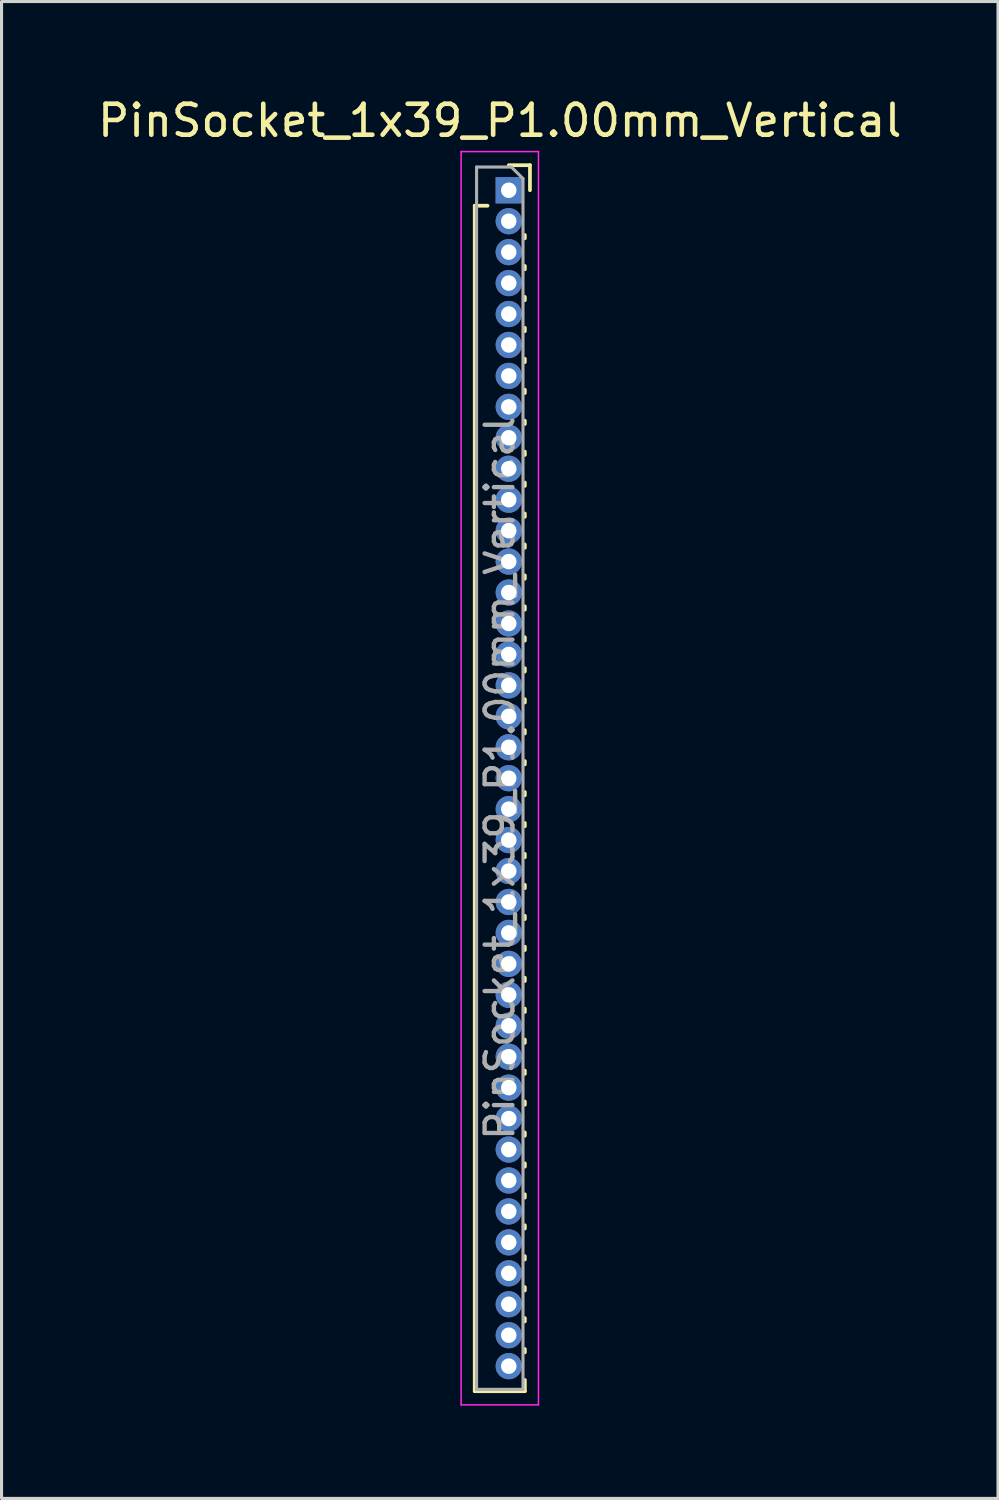
<source format=kicad_pcb>
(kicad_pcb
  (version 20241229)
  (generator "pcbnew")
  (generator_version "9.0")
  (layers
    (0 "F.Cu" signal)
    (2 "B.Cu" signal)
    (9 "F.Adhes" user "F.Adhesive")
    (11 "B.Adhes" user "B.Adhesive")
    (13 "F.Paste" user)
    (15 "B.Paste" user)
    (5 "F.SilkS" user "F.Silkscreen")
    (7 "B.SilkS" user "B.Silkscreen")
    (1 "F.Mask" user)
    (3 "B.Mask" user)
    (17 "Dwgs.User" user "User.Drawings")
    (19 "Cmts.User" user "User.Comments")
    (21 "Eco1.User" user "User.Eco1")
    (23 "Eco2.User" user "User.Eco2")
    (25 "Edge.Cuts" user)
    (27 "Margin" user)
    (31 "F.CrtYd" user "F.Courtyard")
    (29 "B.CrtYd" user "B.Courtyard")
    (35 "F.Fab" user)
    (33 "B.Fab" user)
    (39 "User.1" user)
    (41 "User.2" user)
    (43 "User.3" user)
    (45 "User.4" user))
  (footprint "PinSocket_1x39_P1.00mm_Vertical"
    (layer "F.Cu")
    (at 13.391 3.098)
    (property "Reference" "PinSocket_1x39_P1.00mm_Vertical" (at -0.29 -2.25 0) (layer "F.SilkS") (effects (font (size 1 1) (thickness 0.15))))
    (attr through_hole)
    (fp_line (start -1.1 0.5) (end -1.1 38.81) (stroke (width 0.12) (type solid)) (layer "F.SilkS"))
    (fp_line (start -1.1 0.5) (end -0.685 0.5) (stroke (width 0.12) (type solid)) (layer "F.SilkS"))
    (fp_line (start -1.1 38.81) (end 0.52 38.81) (stroke (width 0.12) (type solid)) (layer "F.SilkS"))
    (fp_line (start 0 -0.81) (end 0.685 -0.81) (stroke (width 0.12) (type solid)) (layer "F.SilkS"))
    (fp_line (start 0.52 1.446) (end 0.52 1.554) (stroke (width 0.12) (type solid)) (layer "F.SilkS"))
    (fp_line (start 0.52 2.446) (end 0.52 2.554) (stroke (width 0.12) (type solid)) (layer "F.SilkS"))
    (fp_line (start 0.52 3.446) (end 0.52 3.554) (stroke (width 0.12) (type solid)) (layer "F.SilkS"))
    (fp_line (start 0.52 4.446) (end 0.52 4.554) (stroke (width 0.12) (type solid)) (layer "F.SilkS"))
    (fp_line (start 0.52 5.446) (end 0.52 5.554) (stroke (width 0.12) (type solid)) (layer "F.SilkS"))
    (fp_line (start 0.52 6.446) (end 0.52 6.554) (stroke (width 0.12) (type solid)) (layer "F.SilkS"))
    (fp_line (start 0.52 7.446) (end 0.52 7.554) (stroke (width 0.12) (type solid)) (layer "F.SilkS"))
    (fp_line (start 0.52 8.446) (end 0.52 8.554) (stroke (width 0.12) (type solid)) (layer "F.SilkS"))
    (fp_line (start 0.52 9.446) (end 0.52 9.554) (stroke (width 0.12) (type solid)) (layer "F.SilkS"))
    (fp_line (start 0.52 10.446) (end 0.52 10.554) (stroke (width 0.12) (type solid)) (layer "F.SilkS"))
    (fp_line (start 0.52 11.446) (end 0.52 11.554) (stroke (width 0.12) (type solid)) (layer "F.SilkS"))
    (fp_line (start 0.52 12.446) (end 0.52 12.554) (stroke (width 0.12) (type solid)) (layer "F.SilkS"))
    (fp_line (start 0.52 13.446) (end 0.52 13.554) (stroke (width 0.12) (type solid)) (layer "F.SilkS"))
    (fp_line (start 0.52 14.446) (end 0.52 14.554) (stroke (width 0.12) (type solid)) (layer "F.SilkS"))
    (fp_line (start 0.52 15.446) (end 0.52 15.554) (stroke (width 0.12) (type solid)) (layer "F.SilkS"))
    (fp_line (start 0.52 16.446) (end 0.52 16.554) (stroke (width 0.12) (type solid)) (layer "F.SilkS"))
    (fp_line (start 0.52 17.446) (end 0.52 17.554) (stroke (width 0.12) (type solid)) (layer "F.SilkS"))
    (fp_line (start 0.52 18.446) (end 0.52 18.554) (stroke (width 0.12) (type solid)) (layer "F.SilkS"))
    (fp_line (start 0.52 19.446) (end 0.52 19.554) (stroke (width 0.12) (type solid)) (layer "F.SilkS"))
    (fp_line (start 0.52 20.446) (end 0.52 20.554) (stroke (width 0.12) (type solid)) (layer "F.SilkS"))
    (fp_line (start 0.52 21.446) (end 0.52 21.554) (stroke (width 0.12) (type solid)) (layer "F.SilkS"))
    (fp_line (start 0.52 22.446) (end 0.52 22.554) (stroke (width 0.12) (type solid)) (layer "F.SilkS"))
    (fp_line (start 0.52 23.446) (end 0.52 23.554) (stroke (width 0.12) (type solid)) (layer "F.SilkS"))
    (fp_line (start 0.52 24.446) (end 0.52 24.554) (stroke (width 0.12) (type solid)) (layer "F.SilkS"))
    (fp_line (start 0.52 25.446) (end 0.52 25.554) (stroke (width 0.12) (type solid)) (layer "F.SilkS"))
    (fp_line (start 0.52 26.446) (end 0.52 26.554) (stroke (width 0.12) (type solid)) (layer "F.SilkS"))
    (fp_line (start 0.52 27.446) (end 0.52 27.554) (stroke (width 0.12) (type solid)) (layer "F.SilkS"))
    (fp_line (start 0.52 28.446) (end 0.52 28.554) (stroke (width 0.12) (type solid)) (layer "F.SilkS"))
    (fp_line (start 0.52 29.446) (end 0.52 29.554) (stroke (width 0.12) (type solid)) (layer "F.SilkS"))
    (fp_line (start 0.52 30.446) (end 0.52 30.554) (stroke (width 0.12) (type solid)) (layer "F.SilkS"))
    (fp_line (start 0.52 31.446) (end 0.52 31.554) (stroke (width 0.12) (type solid)) (layer "F.SilkS"))
    (fp_line (start 0.52 32.446) (end 0.52 32.554) (stroke (width 0.12) (type solid)) (layer "F.SilkS"))
    (fp_line (start 0.52 33.446) (end 0.52 33.554) (stroke (width 0.12) (type solid)) (layer "F.SilkS"))
    (fp_line (start 0.52 34.446) (end 0.52 34.554) (stroke (width 0.12) (type solid)) (layer "F.SilkS"))
    (fp_line (start 0.52 35.446) (end 0.52 35.554) (stroke (width 0.12) (type solid)) (layer "F.SilkS"))
    (fp_line (start 0.52 36.446) (end 0.52 36.554) (stroke (width 0.12) (type solid)) (layer "F.SilkS"))
    (fp_line (start 0.52 37.446) (end 0.52 37.554) (stroke (width 0.12) (type solid)) (layer "F.SilkS"))
    (fp_line (start 0.52 38.446) (end 0.52 38.81) (stroke (width 0.12) (type solid)) (layer "F.SilkS"))
    (fp_line (start 0.685 -0.81) (end 0.685 0) (stroke (width 0.12) (type solid)) (layer "F.SilkS"))
    (fp_line (start -1.54 -1.25) (end 0.96 -1.25) (stroke (width 0.05) (type solid)) (layer "F.CrtYd"))
    (fp_line (start -1.54 39.25) (end -1.54 -1.25) (stroke (width 0.05) (type solid)) (layer "F.CrtYd"))
    (fp_line (start 0.96 -1.25) (end 0.96 39.25) (stroke (width 0.05) (type solid)) (layer "F.CrtYd"))
    (fp_line (start 0.96 39.25) (end -1.54 39.25) (stroke (width 0.05) (type solid)) (layer "F.CrtYd"))
    (fp_line (start -1.04 -0.75) (end 0.085 -0.75) (stroke (width 0.1) (type solid)) (layer "F.Fab"))
    (fp_line (start -1.04 38.75) (end -1.04 -0.75) (stroke (width 0.1) (type solid)) (layer "F.Fab"))
    (fp_line (start 0.085 -0.75) (end 0.46 -0.375) (stroke (width 0.1) (type solid)) (layer "F.Fab"))
    (fp_line (start 0.46 -0.375) (end 0.46 38.75) (stroke (width 0.1) (type solid)) (layer "F.Fab"))
    (fp_line (start 0.46 38.75) (end -1.04 38.75) (stroke (width 0.1) (type solid)) (layer "F.Fab"))
    (fp_text user "${REFERENCE}" (at -0.29 19 90) (layer "F.Fab") (effects (font (size 0.9 0.9) (thickness 0.14))))
    (pad "1" thru_hole rect (at 0 0) (size 0.85 0.85) (drill 0.5) (layers "*.Cu" "*.Mask"))
    (pad "2" thru_hole circle (at 0 1) (size 0.85 0.85) (drill 0.5) (layers "*.Cu" "*.Mask"))
    (pad "3" thru_hole circle (at 0 2) (size 0.85 0.85) (drill 0.5) (layers "*.Cu" "*.Mask"))
    (pad "4" thru_hole circle (at 0 3) (size 0.85 0.85) (drill 0.5) (layers "*.Cu" "*.Mask"))
    (pad "5" thru_hole circle (at 0 4) (size 0.85 0.85) (drill 0.5) (layers "*.Cu" "*.Mask"))
    (pad "6" thru_hole circle (at 0 5) (size 0.85 0.85) (drill 0.5) (layers "*.Cu" "*.Mask"))
    (pad "7" thru_hole circle (at 0 6) (size 0.85 0.85) (drill 0.5) (layers "*.Cu" "*.Mask"))
    (pad "8" thru_hole circle (at 0 7) (size 0.85 0.85) (drill 0.5) (layers "*.Cu" "*.Mask"))
    (pad "9" thru_hole circle (at 0 8) (size 0.85 0.85) (drill 0.5) (layers "*.Cu" "*.Mask"))
    (pad "10" thru_hole circle (at 0 9) (size 0.85 0.85) (drill 0.5) (layers "*.Cu" "*.Mask"))
    (pad "11" thru_hole circle (at 0 10) (size 0.85 0.85) (drill 0.5) (layers "*.Cu" "*.Mask"))
    (pad "12" thru_hole circle (at 0 11) (size 0.85 0.85) (drill 0.5) (layers "*.Cu" "*.Mask"))
    (pad "13" thru_hole circle (at 0 12) (size 0.85 0.85) (drill 0.5) (layers "*.Cu" "*.Mask"))
    (pad "14" thru_hole circle (at 0 13) (size 0.85 0.85) (drill 0.5) (layers "*.Cu" "*.Mask"))
    (pad "15" thru_hole circle (at 0 14) (size 0.85 0.85) (drill 0.5) (layers "*.Cu" "*.Mask"))
    (pad "16" thru_hole circle (at 0 15) (size 0.85 0.85) (drill 0.5) (layers "*.Cu" "*.Mask"))
    (pad "17" thru_hole circle (at 0 16) (size 0.85 0.85) (drill 0.5) (layers "*.Cu" "*.Mask"))
    (pad "18" thru_hole circle (at 0 17) (size 0.85 0.85) (drill 0.5) (layers "*.Cu" "*.Mask"))
    (pad "19" thru_hole circle (at 0 18) (size 0.85 0.85) (drill 0.5) (layers "*.Cu" "*.Mask"))
    (pad "20" thru_hole circle (at 0 19) (size 0.85 0.85) (drill 0.5) (layers "*.Cu" "*.Mask"))
    (pad "21" thru_hole circle (at 0 20) (size 0.85 0.85) (drill 0.5) (layers "*.Cu" "*.Mask"))
    (pad "22" thru_hole circle (at 0 21) (size 0.85 0.85) (drill 0.5) (layers "*.Cu" "*.Mask"))
    (pad "23" thru_hole circle (at 0 22) (size 0.85 0.85) (drill 0.5) (layers "*.Cu" "*.Mask"))
    (pad "24" thru_hole circle (at 0 23) (size 0.85 0.85) (drill 0.5) (layers "*.Cu" "*.Mask"))
    (pad "25" thru_hole circle (at 0 24) (size 0.85 0.85) (drill 0.5) (layers "*.Cu" "*.Mask"))
    (pad "26" thru_hole circle (at 0 25) (size 0.85 0.85) (drill 0.5) (layers "*.Cu" "*.Mask"))
    (pad "27" thru_hole circle (at 0 26) (size 0.85 0.85) (drill 0.5) (layers "*.Cu" "*.Mask"))
    (pad "28" thru_hole circle (at 0 27) (size 0.85 0.85) (drill 0.5) (layers "*.Cu" "*.Mask"))
    (pad "29" thru_hole circle (at 0 28) (size 0.85 0.85) (drill 0.5) (layers "*.Cu" "*.Mask"))
    (pad "30" thru_hole circle (at 0 29) (size 0.85 0.85) (drill 0.5) (layers "*.Cu" "*.Mask"))
    (pad "31" thru_hole circle (at 0 30) (size 0.85 0.85) (drill 0.5) (layers "*.Cu" "*.Mask"))
    (pad "32" thru_hole circle (at 0 31) (size 0.85 0.85) (drill 0.5) (layers "*.Cu" "*.Mask"))
    (pad "33" thru_hole circle (at 0 32) (size 0.85 0.85) (drill 0.5) (layers "*.Cu" "*.Mask"))
    (pad "34" thru_hole circle (at 0 33) (size 0.85 0.85) (drill 0.5) (layers "*.Cu" "*.Mask"))
    (pad "35" thru_hole circle (at 0 34) (size 0.85 0.85) (drill 0.5) (layers "*.Cu" "*.Mask"))
    (pad "36" thru_hole circle (at 0 35) (size 0.85 0.85) (drill 0.5) (layers "*.Cu" "*.Mask"))
    (pad "37" thru_hole circle (at 0 36) (size 0.85 0.85) (drill 0.5) (layers "*.Cu" "*.Mask"))
    (pad "38" thru_hole circle (at 0 37) (size 0.85 0.85) (drill 0.5) (layers "*.Cu" "*.Mask"))
    (pad "39" thru_hole circle (at 0 38) (size 0.85 0.85) (drill 0.5) (layers "*.Cu" "*.Mask")))
  (gr_rect
    (start -3 -3)
    (end 29.202 45.373)
    (stroke (width 0.1) (type default))
    (fill no)
    (layer "Edge.Cuts")))
</source>
